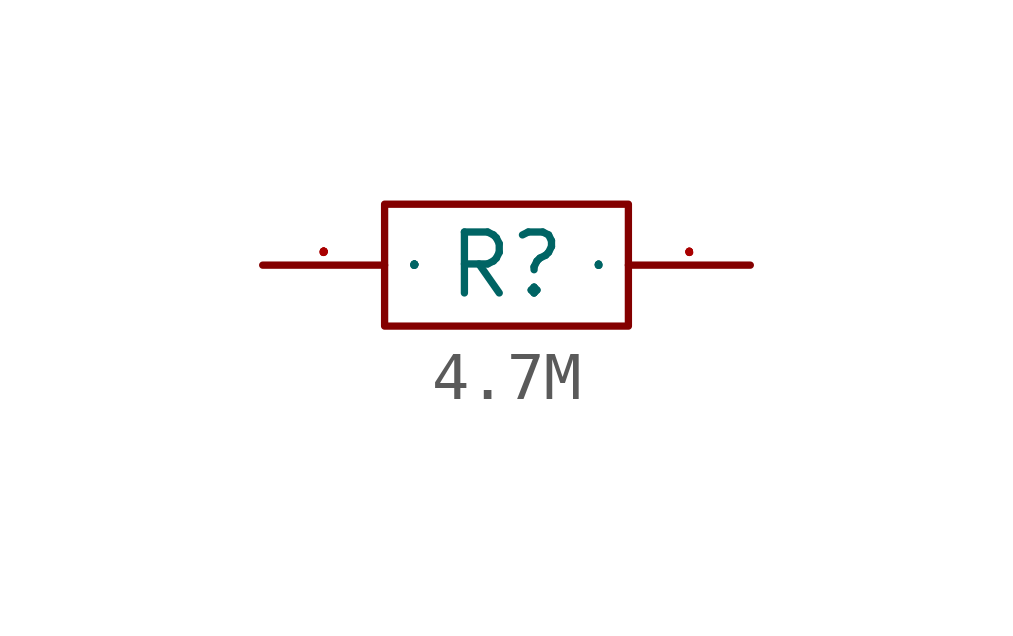
<source format=kicad_sym>
(kicad_symbol_lib
  (version 20231120)
  (generator "kicad_symbol_editor")
  (generator_version "8.0")
  (symbol "4.7M"
    (property "Reference" "R"
      (at 0 0 0)
      (effects (font (size 1.27 1.27))))
    (property "Value" ""
      (at 0 0 0)
      (effects (font (size 1.27 1.27))))
    (symbol "4.7M_1_0"
      (rectangle (start -2.54 -1.27) (end 2.54 1.27) (stroke (width 0) (type default)) (fill (type none)))
      (pin unspecified line (at 5.08 0 180) (length 2.54) (name "1" (effects (font (size 0.025 0.025)))) (number "1" (effects (font (size 0.025 0.025)))))
      (pin unspecified line (at -5.08 0 0) (length 2.54) (name "2" (effects (font (size 0.025 0.025)))) (number "2" (effects (font (size 0.025 0.025))))))))
</source>
